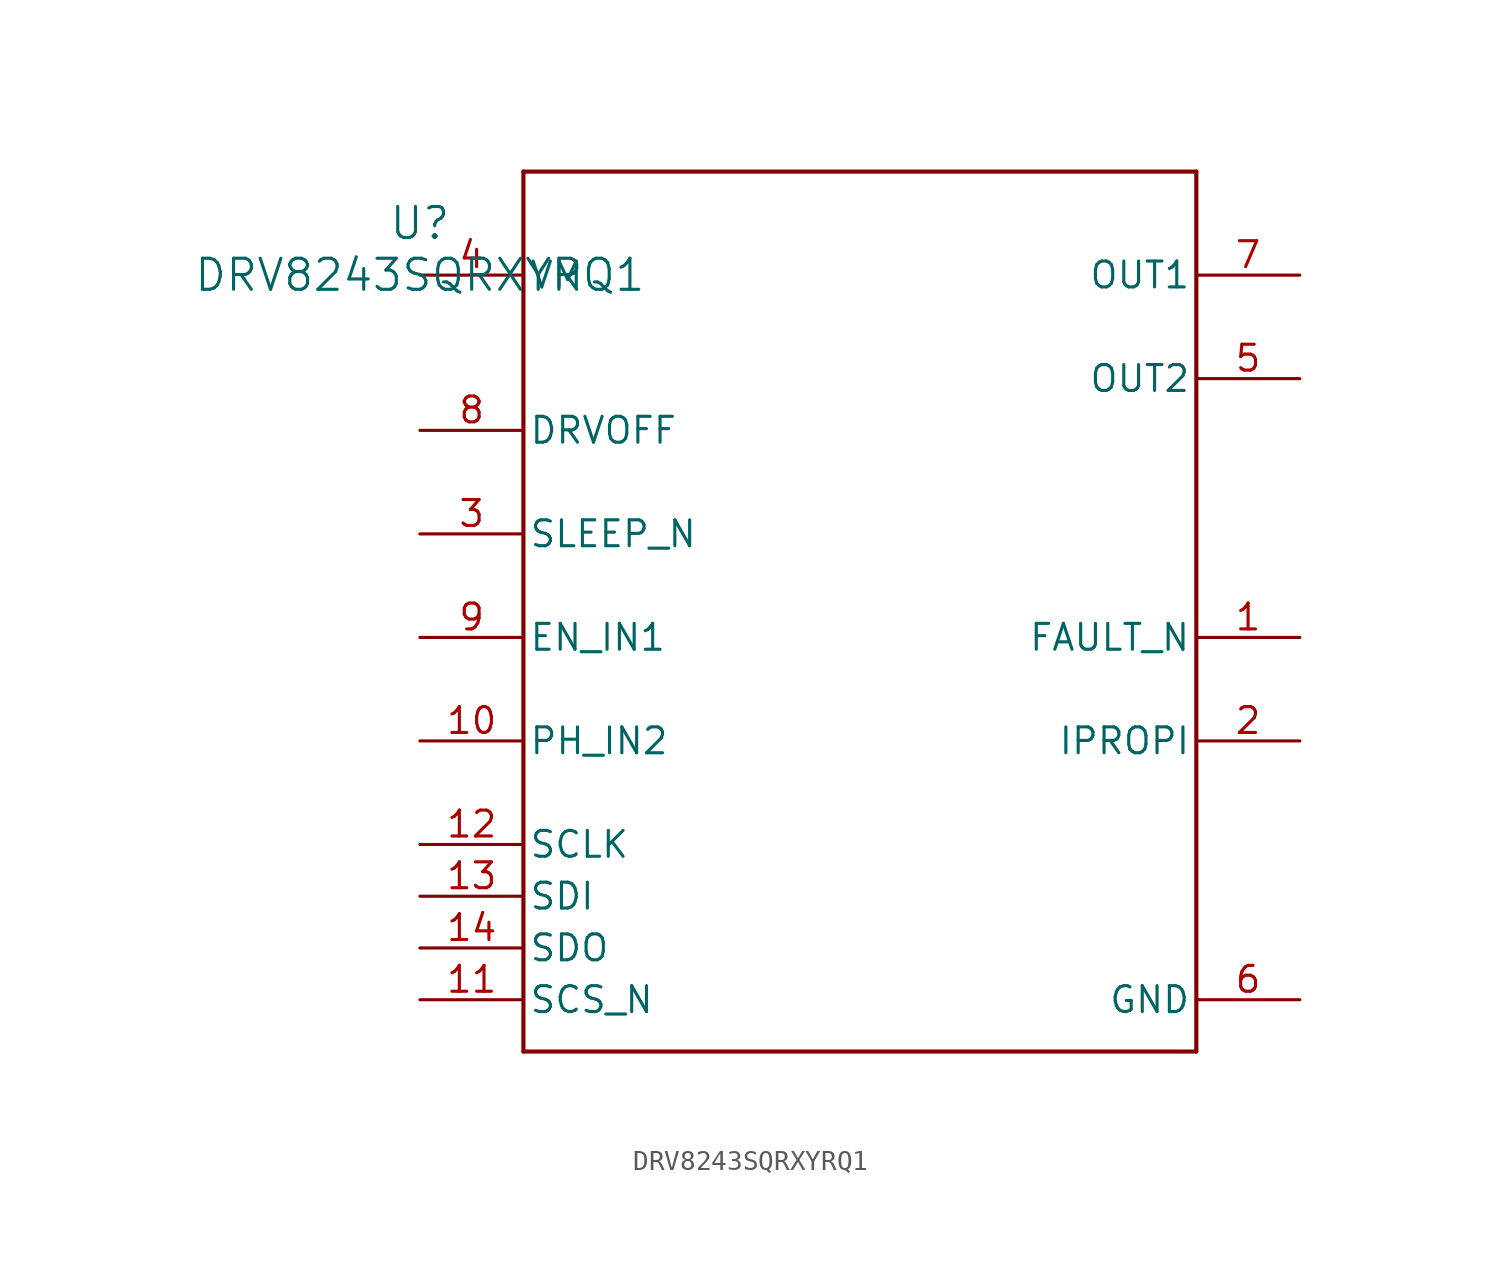
<source format=kicad_sym>
(kicad_symbol_lib
  (version 20211014)
  (generator kicad_symbol_editor)
  (symbol "DRV8243SQRXYRQ1"
    (pin_names
      (offset 0.254))
    (property "Reference" "U"
      (at 0 2.54 0)
      (effects (font (size 1.524 1.524))))
    (property "Value" "DRV8243SQRXYRQ1"
      (at 0 0 0)
      (effects (font (size 1.524 1.524))))
    (symbol "DRV8243SQRXYRQ1_0_1"
      (polyline (pts (xy 5.08 -38.1) (xy 38.1 -38.1)) (stroke (width 0.203) (type default) (color 0 0 0 0)) (fill (type none)))
      (polyline (pts (xy 38.1 -38.1) (xy 38.1 5.08)) (stroke (width 0.203) (type default) (color 0 0 0 0)) (fill (type none)))
      (polyline (pts (xy 38.1 5.08) (xy 5.08 5.08)) (stroke (width 0.203) (type default) (color 0 0 0 0)) (fill (type none)))
      (polyline (pts (xy 5.08 5.08) (xy 5.08 -38.1)) (stroke (width 0.203) (type default) (color 0 0 0 0)) (fill (type none)))
      (pin open_collector line (at 43.18 -17.78 180) (length 5.08) (name "FAULT_N" (effects (font (size 1.27 1.27)))) (number "1" (effects (font (size 1.27 1.27)))))
      (pin bidirectional line (at 43.18 -22.86 180) (length 5.08) (name "IPROPI" (effects (font (size 1.27 1.27)))) (number "2" (effects (font (size 1.27 1.27)))))
      (pin input line (at 0 -12.7 0) (length 5.08) (name "SLEEP_N" (effects (font (size 1.27 1.27)))) (number "3" (effects (font (size 1.27 1.27)))))
      (pin power_in line (at 0 0 0) (length 5.08) (name "VM" (effects (font (size 1.27 1.27)))) (number "4" (effects (font (size 1.27 1.27)))))
      (pin unspecified line (at 43.18 -5.08 180) (length 5.08) (name "OUT2" (effects (font (size 1.27 1.27)))) (number "5" (effects (font (size 1.27 1.27)))))
      (pin power_in line (at 43.18 -35.56 180) (length 5.08) (name "GND" (effects (font (size 1.27 1.27)))) (number "6" (effects (font (size 1.27 1.27)))))
      (pin unspecified line (at 43.18 0 180) (length 5.08) (name "OUT1" (effects (font (size 1.27 1.27)))) (number "7" (effects (font (size 1.27 1.27)))))
      (pin input line (at 0 -7.62 0) (length 5.08) (name "DRVOFF" (effects (font (size 1.27 1.27)))) (number "8" (effects (font (size 1.27 1.27)))))
      (pin input line (at 0 -17.78 0) (length 5.08) (name "EN_IN1" (effects (font (size 1.27 1.27)))) (number "9" (effects (font (size 1.27 1.27)))))
      (pin input line (at 0 -22.86 0) (length 5.08) (name "PH_IN2" (effects (font (size 1.27 1.27)))) (number "10" (effects (font (size 1.27 1.27)))))
      (pin input line (at 0 -35.56 0) (length 5.08) (name "SCS_N" (effects (font (size 1.27 1.27)))) (number "11" (effects (font (size 1.27 1.27)))))
      (pin input line (at 0 -27.94 0) (length 5.08) (name "SCLK" (effects (font (size 1.27 1.27)))) (number "12" (effects (font (size 1.27 1.27)))))
      (pin input line (at 0 -30.48 0) (length 5.08) (name "SDI" (effects (font (size 1.27 1.27)))) (number "13" (effects (font (size 1.27 1.27)))))
      (pin output line (at 0 -33.02 0) (length 5.08) (name "SDO" (effects (font (size 1.27 1.27)))) (number "14" (effects (font (size 1.27 1.27))))))))
</source>
